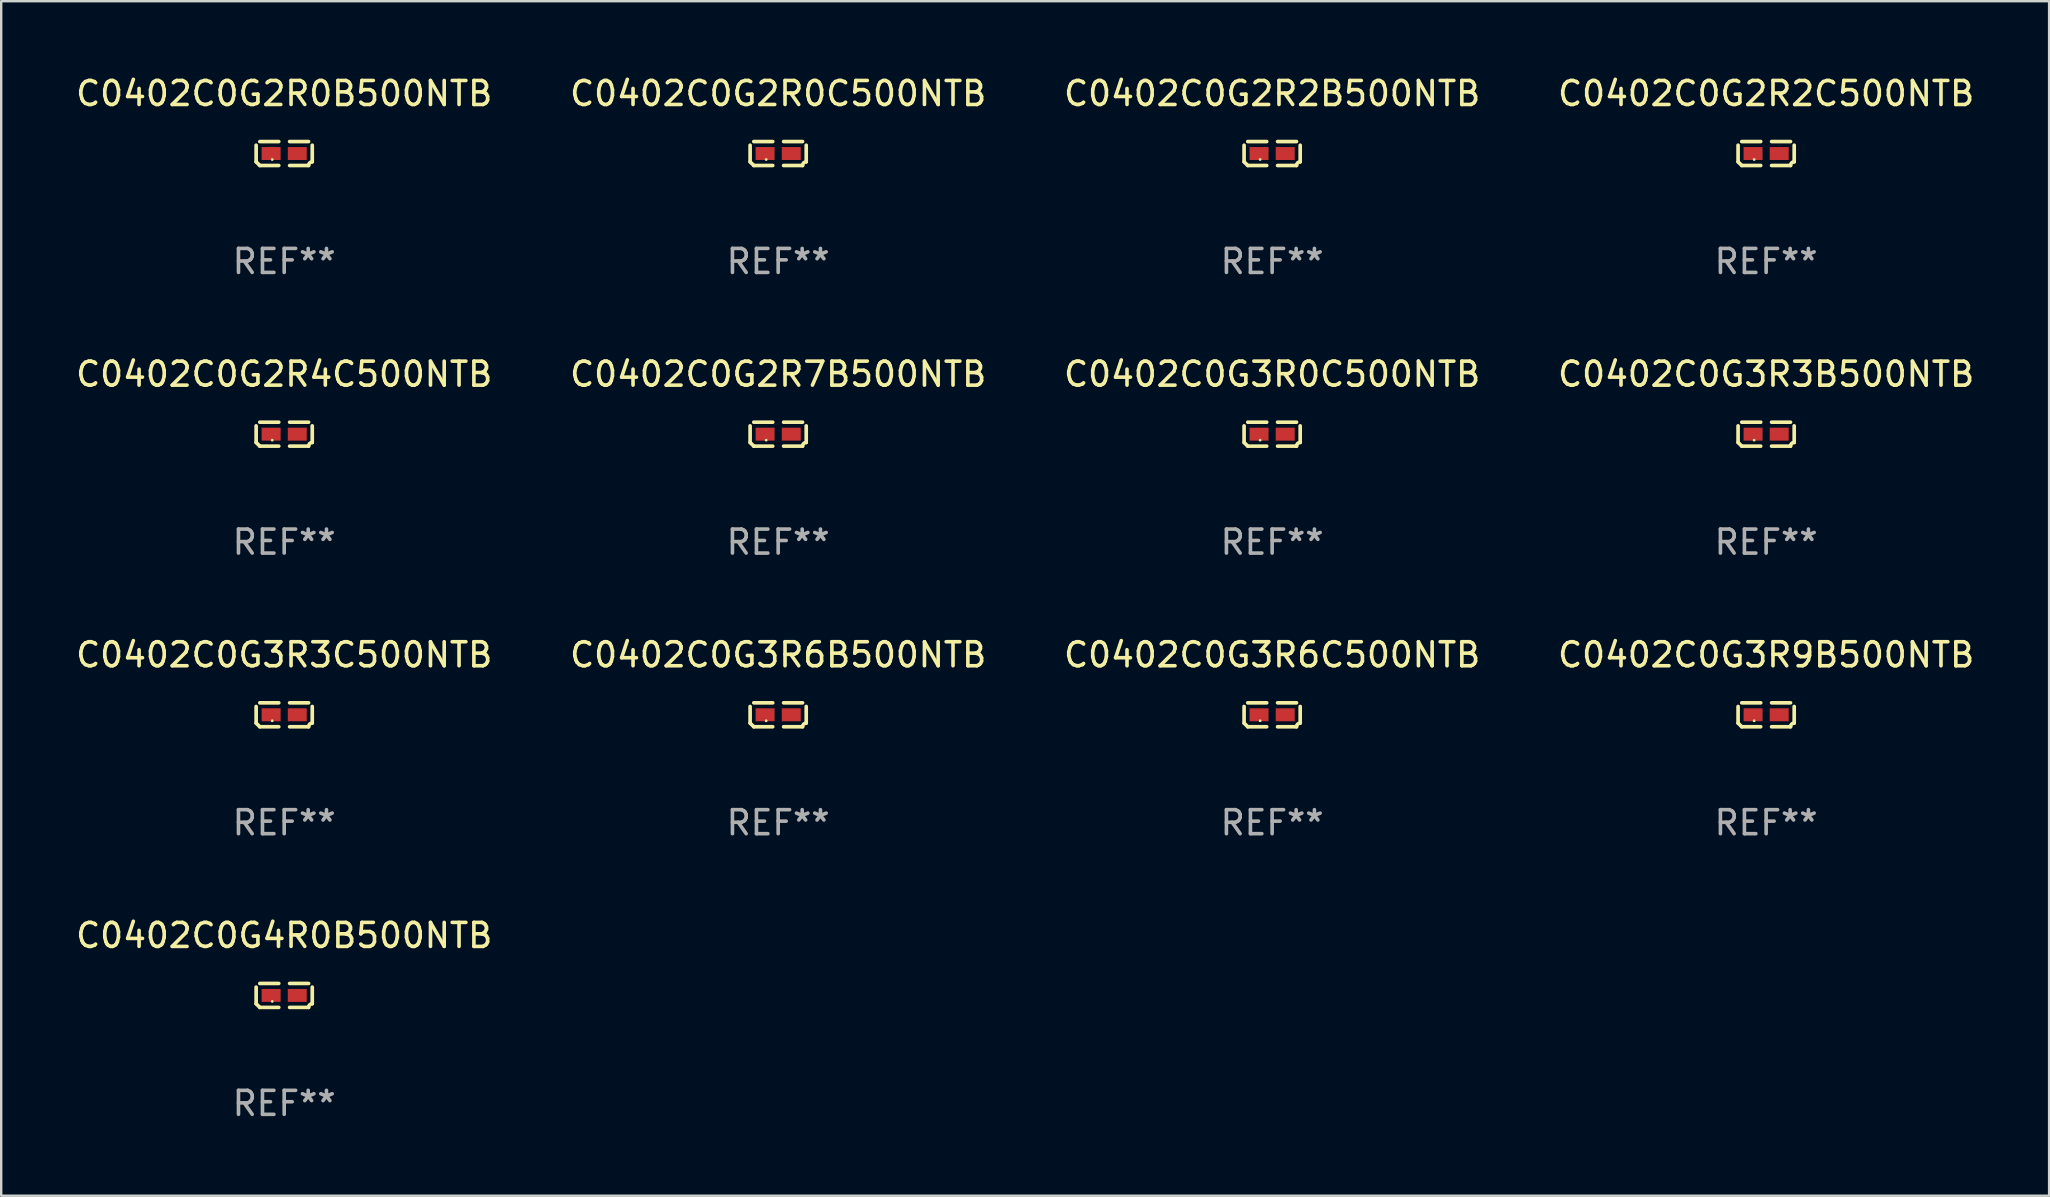
<source format=kicad_pcb>
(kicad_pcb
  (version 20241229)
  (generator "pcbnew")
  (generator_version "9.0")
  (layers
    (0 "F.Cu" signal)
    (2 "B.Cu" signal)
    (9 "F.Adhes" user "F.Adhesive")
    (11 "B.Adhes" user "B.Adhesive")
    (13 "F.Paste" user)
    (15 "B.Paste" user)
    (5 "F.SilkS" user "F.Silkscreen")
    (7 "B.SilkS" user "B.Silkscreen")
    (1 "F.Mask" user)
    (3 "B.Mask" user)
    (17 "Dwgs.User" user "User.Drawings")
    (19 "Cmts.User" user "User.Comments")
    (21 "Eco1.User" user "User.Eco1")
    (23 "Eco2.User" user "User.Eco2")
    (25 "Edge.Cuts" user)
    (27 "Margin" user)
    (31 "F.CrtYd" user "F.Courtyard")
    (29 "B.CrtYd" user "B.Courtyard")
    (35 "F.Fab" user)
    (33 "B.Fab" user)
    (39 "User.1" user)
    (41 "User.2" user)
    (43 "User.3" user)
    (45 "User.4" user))
  (footprint "C0402C0G3R3C500NTB"
    (layer "F.Cu")
    (at 8.792 26.734)
    (property "Reference" "C0402C0G3R3C500NTB" (at 0 -2.499 0) (layer "F.SilkS") (effects (font (size 1 1) (thickness 0.15))))
    (attr through_hole)
    (fp_line (start -1.169 0.346) (end -1.169 -0.346) (stroke (width 0.152) (type solid)) (layer "F.SilkS"))
    (fp_line (start -1.016 -0.499) (end -0.226 -0.499) (stroke (width 0.152) (type solid)) (layer "F.SilkS"))
    (fp_line (start -0.226 0.499) (end -1.016 0.499) (stroke (width 0.152) (type solid)) (layer "F.SilkS"))
    (fp_line (start 0.226 0.499) (end 1.016 0.499) (stroke (width 0.152) (type solid)) (layer "F.SilkS"))
    (fp_line (start 1.016 -0.499) (end 0.226 -0.499) (stroke (width 0.152) (type solid)) (layer "F.SilkS"))
    (fp_line (start 1.169 0.346) (end 1.169 -0.346) (stroke (width 0.152) (type solid)) (layer "F.SilkS"))
    (fp_arc (start -1.016307 0.498603) (mid -1.092512 0.422405) (end -1.16871 0.3462) (stroke (width 0.1524) (type solid)) (layer "F.SilkS"))
    (fp_arc (start 1.016307 0.498603) (mid 1.060899 0.390758) (end 1.168707 0.346076) (stroke (width 0.1524) (type solid)) (layer "F.SilkS"))
    (fp_circle (center -0.5 0.25) (end -0.47 0.25) (stroke (width 0.06) (type solid)) (fill no) (layer "F.SilkS"))
    (fp_text user "REF**" (at 0 4.499 0) (layer "F.Fab") (effects (font (size 1 1) (thickness 0.15))))
    (pad "1" smd rect (at -0.545 0) (size 0.79 0.54) (layers "F.Cu" "F.Mask" "F.Paste"))
    (pad "2" smd rect (at 0.545 0) (size 0.79 0.54) (layers "F.Cu" "F.Mask" "F.Paste")))
  (footprint "C0402C0G3R0C500NTB"
    (layer "F.Cu")
    (at 49.958 15.041)
    (property "Reference" "C0402C0G3R0C500NTB" (at 0 -2.499 0) (layer "F.SilkS") (effects (font (size 1 1) (thickness 0.15))))
    (attr through_hole)
    (fp_line (start -1.169 0.346) (end -1.169 -0.346) (stroke (width 0.152) (type solid)) (layer "F.SilkS"))
    (fp_line (start -1.016 -0.499) (end -0.226 -0.499) (stroke (width 0.152) (type solid)) (layer "F.SilkS"))
    (fp_line (start -0.226 0.499) (end -1.016 0.499) (stroke (width 0.152) (type solid)) (layer "F.SilkS"))
    (fp_line (start 0.226 0.499) (end 1.016 0.499) (stroke (width 0.152) (type solid)) (layer "F.SilkS"))
    (fp_line (start 1.016 -0.499) (end 0.226 -0.499) (stroke (width 0.152) (type solid)) (layer "F.SilkS"))
    (fp_line (start 1.169 0.346) (end 1.169 -0.346) (stroke (width 0.152) (type solid)) (layer "F.SilkS"))
    (fp_arc (start -1.016307 0.498603) (mid -1.092512 0.422405) (end -1.16871 0.3462) (stroke (width 0.1524) (type solid)) (layer "F.SilkS"))
    (fp_arc (start 1.016307 0.498603) (mid 1.060899 0.390758) (end 1.168707 0.346076) (stroke (width 0.1524) (type solid)) (layer "F.SilkS"))
    (fp_circle (center -0.5 0.25) (end -0.47 0.25) (stroke (width 0.06) (type solid)) (fill no) (layer "F.SilkS"))
    (fp_text user "REF**" (at 0 4.499 0) (layer "F.Fab") (effects (font (size 1 1) (thickness 0.15))))
    (pad "1" smd rect (at -0.545 0) (size 0.79 0.54) (layers "F.Cu" "F.Mask" "F.Paste"))
    (pad "2" smd rect (at 0.545 0) (size 0.79 0.54) (layers "F.Cu" "F.Mask" "F.Paste")))
  (footprint "C0402C0G2R4C500NTB"
    (layer "F.Cu")
    (at 8.792 15.041)
    (property "Reference" "C0402C0G2R4C500NTB" (at 0 -2.499 0) (layer "F.SilkS") (effects (font (size 1 1) (thickness 0.15))))
    (attr through_hole)
    (fp_line (start -1.169 0.346) (end -1.169 -0.346) (stroke (width 0.152) (type solid)) (layer "F.SilkS"))
    (fp_line (start -1.016 -0.499) (end -0.226 -0.499) (stroke (width 0.152) (type solid)) (layer "F.SilkS"))
    (fp_line (start -0.226 0.499) (end -1.016 0.499) (stroke (width 0.152) (type solid)) (layer "F.SilkS"))
    (fp_line (start 0.226 0.499) (end 1.016 0.499) (stroke (width 0.152) (type solid)) (layer "F.SilkS"))
    (fp_line (start 1.016 -0.499) (end 0.226 -0.499) (stroke (width 0.152) (type solid)) (layer "F.SilkS"))
    (fp_line (start 1.169 0.346) (end 1.169 -0.346) (stroke (width 0.152) (type solid)) (layer "F.SilkS"))
    (fp_arc (start -1.016307 0.498603) (mid -1.092512 0.422405) (end -1.16871 0.3462) (stroke (width 0.1524) (type solid)) (layer "F.SilkS"))
    (fp_arc (start 1.016307 0.498603) (mid 1.060899 0.390758) (end 1.168707 0.346076) (stroke (width 0.1524) (type solid)) (layer "F.SilkS"))
    (fp_circle (center -0.5 0.25) (end -0.47 0.25) (stroke (width 0.06) (type solid)) (fill no) (layer "F.SilkS"))
    (fp_text user "REF**" (at 0 4.499 0) (layer "F.Fab") (effects (font (size 1 1) (thickness 0.15))))
    (pad "1" smd rect (at -0.545 0) (size 0.79 0.54) (layers "F.Cu" "F.Mask" "F.Paste"))
    (pad "2" smd rect (at 0.545 0) (size 0.79 0.54) (layers "F.Cu" "F.Mask" "F.Paste")))
  (footprint "C0402C0G3R3B500NTB"
    (layer "F.Cu")
    (at 70.542 15.041)
    (property "Reference" "C0402C0G3R3B500NTB" (at 0 -2.499 0) (layer "F.SilkS") (effects (font (size 1 1) (thickness 0.15))))
    (attr through_hole)
    (fp_line (start -1.169 0.346) (end -1.169 -0.346) (stroke (width 0.152) (type solid)) (layer "F.SilkS"))
    (fp_line (start -1.016 -0.499) (end -0.226 -0.499) (stroke (width 0.152) (type solid)) (layer "F.SilkS"))
    (fp_line (start -0.226 0.499) (end -1.016 0.499) (stroke (width 0.152) (type solid)) (layer "F.SilkS"))
    (fp_line (start 0.226 0.499) (end 1.016 0.499) (stroke (width 0.152) (type solid)) (layer "F.SilkS"))
    (fp_line (start 1.016 -0.499) (end 0.226 -0.499) (stroke (width 0.152) (type solid)) (layer "F.SilkS"))
    (fp_line (start 1.169 0.346) (end 1.169 -0.346) (stroke (width 0.152) (type solid)) (layer "F.SilkS"))
    (fp_arc (start -1.016307 0.498603) (mid -1.092512 0.422405) (end -1.16871 0.3462) (stroke (width 0.1524) (type solid)) (layer "F.SilkS"))
    (fp_arc (start 1.016307 0.498603) (mid 1.060899 0.390758) (end 1.168707 0.346076) (stroke (width 0.1524) (type solid)) (layer "F.SilkS"))
    (fp_circle (center -0.5 0.25) (end -0.47 0.25) (stroke (width 0.06) (type solid)) (fill no) (layer "F.SilkS"))
    (fp_text user "REF**" (at 0 4.499 0) (layer "F.Fab") (effects (font (size 1 1) (thickness 0.15))))
    (pad "1" smd rect (at -0.545 0) (size 0.79 0.54) (layers "F.Cu" "F.Mask" "F.Paste"))
    (pad "2" smd rect (at 0.545 0) (size 0.79 0.54) (layers "F.Cu" "F.Mask" "F.Paste")))
  (footprint "C0402C0G2R7B500NTB"
    (layer "F.Cu")
    (at 29.375 15.041)
    (property "Reference" "C0402C0G2R7B500NTB" (at 0 -2.499 0) (layer "F.SilkS") (effects (font (size 1 1) (thickness 0.15))))
    (attr through_hole)
    (fp_line (start -1.169 0.346) (end -1.169 -0.346) (stroke (width 0.152) (type solid)) (layer "F.SilkS"))
    (fp_line (start -1.016 -0.499) (end -0.226 -0.499) (stroke (width 0.152) (type solid)) (layer "F.SilkS"))
    (fp_line (start -0.226 0.499) (end -1.016 0.499) (stroke (width 0.152) (type solid)) (layer "F.SilkS"))
    (fp_line (start 0.226 0.499) (end 1.016 0.499) (stroke (width 0.152) (type solid)) (layer "F.SilkS"))
    (fp_line (start 1.016 -0.499) (end 0.226 -0.499) (stroke (width 0.152) (type solid)) (layer "F.SilkS"))
    (fp_line (start 1.169 0.346) (end 1.169 -0.346) (stroke (width 0.152) (type solid)) (layer "F.SilkS"))
    (fp_arc (start -1.016307 0.498603) (mid -1.092512 0.422405) (end -1.16871 0.3462) (stroke (width 0.1524) (type solid)) (layer "F.SilkS"))
    (fp_arc (start 1.016307 0.498603) (mid 1.060899 0.390758) (end 1.168707 0.346076) (stroke (width 0.1524) (type solid)) (layer "F.SilkS"))
    (fp_circle (center -0.5 0.25) (end -0.47 0.25) (stroke (width 0.06) (type solid)) (fill no) (layer "F.SilkS"))
    (fp_text user "REF**" (at 0 4.499 0) (layer "F.Fab") (effects (font (size 1 1) (thickness 0.15))))
    (pad "1" smd rect (at -0.545 0) (size 0.79 0.54) (layers "F.Cu" "F.Mask" "F.Paste"))
    (pad "2" smd rect (at 0.545 0) (size 0.79 0.54) (layers "F.Cu" "F.Mask" "F.Paste")))
  (footprint "C0402C0G3R9B500NTB"
    (layer "F.Cu")
    (at 70.542 26.734)
    (property "Reference" "C0402C0G3R9B500NTB" (at 0 -2.499 0) (layer "F.SilkS") (effects (font (size 1 1) (thickness 0.15))))
    (attr through_hole)
    (fp_line (start -1.169 0.346) (end -1.169 -0.346) (stroke (width 0.152) (type solid)) (layer "F.SilkS"))
    (fp_line (start -1.016 -0.499) (end -0.226 -0.499) (stroke (width 0.152) (type solid)) (layer "F.SilkS"))
    (fp_line (start -0.226 0.499) (end -1.016 0.499) (stroke (width 0.152) (type solid)) (layer "F.SilkS"))
    (fp_line (start 0.226 0.499) (end 1.016 0.499) (stroke (width 0.152) (type solid)) (layer "F.SilkS"))
    (fp_line (start 1.016 -0.499) (end 0.226 -0.499) (stroke (width 0.152) (type solid)) (layer "F.SilkS"))
    (fp_line (start 1.169 0.346) (end 1.169 -0.346) (stroke (width 0.152) (type solid)) (layer "F.SilkS"))
    (fp_arc (start -1.016307 0.498603) (mid -1.092512 0.422405) (end -1.16871 0.3462) (stroke (width 0.1524) (type solid)) (layer "F.SilkS"))
    (fp_arc (start 1.016307 0.498603) (mid 1.060899 0.390758) (end 1.168707 0.346076) (stroke (width 0.1524) (type solid)) (layer "F.SilkS"))
    (fp_circle (center -0.5 0.25) (end -0.47 0.25) (stroke (width 0.06) (type solid)) (fill no) (layer "F.SilkS"))
    (fp_text user "REF**" (at 0 4.499 0) (layer "F.Fab") (effects (font (size 1 1) (thickness 0.15))))
    (pad "1" smd rect (at -0.545 0) (size 0.79 0.54) (layers "F.Cu" "F.Mask" "F.Paste"))
    (pad "2" smd rect (at 0.545 0) (size 0.79 0.54) (layers "F.Cu" "F.Mask" "F.Paste")))
  (footprint "C0402C0G2R0B500NTB"
    (layer "F.Cu")
    (at 8.792 3.347)
    (property "Reference" "C0402C0G2R0B500NTB" (at 0 -2.499 0) (layer "F.SilkS") (effects (font (size 1 1) (thickness 0.15))))
    (attr through_hole)
    (fp_line (start -1.169 0.346) (end -1.169 -0.346) (stroke (width 0.152) (type solid)) (layer "F.SilkS"))
    (fp_line (start -1.016 -0.499) (end -0.226 -0.499) (stroke (width 0.152) (type solid)) (layer "F.SilkS"))
    (fp_line (start -0.226 0.499) (end -1.016 0.499) (stroke (width 0.152) (type solid)) (layer "F.SilkS"))
    (fp_line (start 0.226 0.499) (end 1.016 0.499) (stroke (width 0.152) (type solid)) (layer "F.SilkS"))
    (fp_line (start 1.016 -0.499) (end 0.226 -0.499) (stroke (width 0.152) (type solid)) (layer "F.SilkS"))
    (fp_line (start 1.169 0.346) (end 1.169 -0.346) (stroke (width 0.152) (type solid)) (layer "F.SilkS"))
    (fp_arc (start -1.016307 0.498603) (mid -1.092512 0.422405) (end -1.16871 0.3462) (stroke (width 0.1524) (type solid)) (layer "F.SilkS"))
    (fp_arc (start 1.016307 0.498603) (mid 1.060899 0.390758) (end 1.168707 0.346076) (stroke (width 0.1524) (type solid)) (layer "F.SilkS"))
    (fp_circle (center -0.5 0.25) (end -0.47 0.25) (stroke (width 0.06) (type solid)) (fill no) (layer "F.SilkS"))
    (fp_text user "REF**" (at 0 4.499 0) (layer "F.Fab") (effects (font (size 1 1) (thickness 0.15))))
    (pad "1" smd rect (at -0.545 0) (size 0.79 0.54) (layers "F.Cu" "F.Mask" "F.Paste"))
    (pad "2" smd rect (at 0.545 0) (size 0.79 0.54) (layers "F.Cu" "F.Mask" "F.Paste")))
  (footprint "C0402C0G2R0C500NTB"
    (layer "F.Cu")
    (at 29.375 3.347)
    (property "Reference" "C0402C0G2R0C500NTB" (at 0 -2.499 0) (layer "F.SilkS") (effects (font (size 1 1) (thickness 0.15))))
    (attr through_hole)
    (fp_line (start -1.169 0.346) (end -1.169 -0.346) (stroke (width 0.152) (type solid)) (layer "F.SilkS"))
    (fp_line (start -1.016 -0.499) (end -0.226 -0.499) (stroke (width 0.152) (type solid)) (layer "F.SilkS"))
    (fp_line (start -0.226 0.499) (end -1.016 0.499) (stroke (width 0.152) (type solid)) (layer "F.SilkS"))
    (fp_line (start 0.226 0.499) (end 1.016 0.499) (stroke (width 0.152) (type solid)) (layer "F.SilkS"))
    (fp_line (start 1.016 -0.499) (end 0.226 -0.499) (stroke (width 0.152) (type solid)) (layer "F.SilkS"))
    (fp_line (start 1.169 0.346) (end 1.169 -0.346) (stroke (width 0.152) (type solid)) (layer "F.SilkS"))
    (fp_arc (start -1.016307 0.498603) (mid -1.092512 0.422405) (end -1.16871 0.3462) (stroke (width 0.1524) (type solid)) (layer "F.SilkS"))
    (fp_arc (start 1.016307 0.498603) (mid 1.060899 0.390758) (end 1.168707 0.346076) (stroke (width 0.1524) (type solid)) (layer "F.SilkS"))
    (fp_circle (center -0.5 0.25) (end -0.47 0.25) (stroke (width 0.06) (type solid)) (fill no) (layer "F.SilkS"))
    (fp_text user "REF**" (at 0 4.499 0) (layer "F.Fab") (effects (font (size 1 1) (thickness 0.15))))
    (pad "1" smd rect (at -0.545 0) (size 0.79 0.54) (layers "F.Cu" "F.Mask" "F.Paste"))
    (pad "2" smd rect (at 0.545 0) (size 0.79 0.54) (layers "F.Cu" "F.Mask" "F.Paste")))
  (footprint "C0402C0G2R2B500NTB"
    (layer "F.Cu")
    (at 49.958 3.347)
    (property "Reference" "C0402C0G2R2B500NTB" (at 0 -2.499 0) (layer "F.SilkS") (effects (font (size 1 1) (thickness 0.15))))
    (attr through_hole)
    (fp_line (start -1.169 0.346) (end -1.169 -0.346) (stroke (width 0.152) (type solid)) (layer "F.SilkS"))
    (fp_line (start -1.016 -0.499) (end -0.226 -0.499) (stroke (width 0.152) (type solid)) (layer "F.SilkS"))
    (fp_line (start -0.226 0.499) (end -1.016 0.499) (stroke (width 0.152) (type solid)) (layer "F.SilkS"))
    (fp_line (start 0.226 0.499) (end 1.016 0.499) (stroke (width 0.152) (type solid)) (layer "F.SilkS"))
    (fp_line (start 1.016 -0.499) (end 0.226 -0.499) (stroke (width 0.152) (type solid)) (layer "F.SilkS"))
    (fp_line (start 1.169 0.346) (end 1.169 -0.346) (stroke (width 0.152) (type solid)) (layer "F.SilkS"))
    (fp_arc (start -1.016307 0.498603) (mid -1.092512 0.422405) (end -1.16871 0.3462) (stroke (width 0.1524) (type solid)) (layer "F.SilkS"))
    (fp_arc (start 1.016307 0.498603) (mid 1.060899 0.390758) (end 1.168707 0.346076) (stroke (width 0.1524) (type solid)) (layer "F.SilkS"))
    (fp_circle (center -0.5 0.25) (end -0.47 0.25) (stroke (width 0.06) (type solid)) (fill no) (layer "F.SilkS"))
    (fp_text user "REF**" (at 0 4.499 0) (layer "F.Fab") (effects (font (size 1 1) (thickness 0.15))))
    (pad "1" smd rect (at -0.545 0) (size 0.79 0.54) (layers "F.Cu" "F.Mask" "F.Paste"))
    (pad "2" smd rect (at 0.545 0) (size 0.79 0.54) (layers "F.Cu" "F.Mask" "F.Paste")))
  (footprint "C0402C0G3R6C500NTB"
    (layer "F.Cu")
    (at 49.958 26.734)
    (property "Reference" "C0402C0G3R6C500NTB" (at 0 -2.499 0) (layer "F.SilkS") (effects (font (size 1 1) (thickness 0.15))))
    (attr through_hole)
    (fp_line (start -1.169 0.346) (end -1.169 -0.346) (stroke (width 0.152) (type solid)) (layer "F.SilkS"))
    (fp_line (start -1.016 -0.499) (end -0.226 -0.499) (stroke (width 0.152) (type solid)) (layer "F.SilkS"))
    (fp_line (start -0.226 0.499) (end -1.016 0.499) (stroke (width 0.152) (type solid)) (layer "F.SilkS"))
    (fp_line (start 0.226 0.499) (end 1.016 0.499) (stroke (width 0.152) (type solid)) (layer "F.SilkS"))
    (fp_line (start 1.016 -0.499) (end 0.226 -0.499) (stroke (width 0.152) (type solid)) (layer "F.SilkS"))
    (fp_line (start 1.169 0.346) (end 1.169 -0.346) (stroke (width 0.152) (type solid)) (layer "F.SilkS"))
    (fp_arc (start -1.016307 0.498603) (mid -1.092512 0.422405) (end -1.16871 0.3462) (stroke (width 0.1524) (type solid)) (layer "F.SilkS"))
    (fp_arc (start 1.016307 0.498603) (mid 1.060899 0.390758) (end 1.168707 0.346076) (stroke (width 0.1524) (type solid)) (layer "F.SilkS"))
    (fp_circle (center -0.5 0.25) (end -0.47 0.25) (stroke (width 0.06) (type solid)) (fill no) (layer "F.SilkS"))
    (fp_text user "REF**" (at 0 4.499 0) (layer "F.Fab") (effects (font (size 1 1) (thickness 0.15))))
    (pad "1" smd rect (at -0.545 0) (size 0.79 0.54) (layers "F.Cu" "F.Mask" "F.Paste"))
    (pad "2" smd rect (at 0.545 0) (size 0.79 0.54) (layers "F.Cu" "F.Mask" "F.Paste")))
  (footprint "C0402C0G2R2C500NTB"
    (layer "F.Cu")
    (at 70.542 3.347)
    (property "Reference" "C0402C0G2R2C500NTB" (at 0 -2.499 0) (layer "F.SilkS") (effects (font (size 1 1) (thickness 0.15))))
    (attr through_hole)
    (fp_line (start -1.169 0.346) (end -1.169 -0.346) (stroke (width 0.152) (type solid)) (layer "F.SilkS"))
    (fp_line (start -1.016 -0.499) (end -0.226 -0.499) (stroke (width 0.152) (type solid)) (layer "F.SilkS"))
    (fp_line (start -0.226 0.499) (end -1.016 0.499) (stroke (width 0.152) (type solid)) (layer "F.SilkS"))
    (fp_line (start 0.226 0.499) (end 1.016 0.499) (stroke (width 0.152) (type solid)) (layer "F.SilkS"))
    (fp_line (start 1.016 -0.499) (end 0.226 -0.499) (stroke (width 0.152) (type solid)) (layer "F.SilkS"))
    (fp_line (start 1.169 0.346) (end 1.169 -0.346) (stroke (width 0.152) (type solid)) (layer "F.SilkS"))
    (fp_arc (start -1.016307 0.498603) (mid -1.092512 0.422405) (end -1.16871 0.3462) (stroke (width 0.1524) (type solid)) (layer "F.SilkS"))
    (fp_arc (start 1.016307 0.498603) (mid 1.060899 0.390758) (end 1.168707 0.346076) (stroke (width 0.1524) (type solid)) (layer "F.SilkS"))
    (fp_circle (center -0.5 0.25) (end -0.47 0.25) (stroke (width 0.06) (type solid)) (fill no) (layer "F.SilkS"))
    (fp_text user "REF**" (at 0 4.499 0) (layer "F.Fab") (effects (font (size 1 1) (thickness 0.15))))
    (pad "1" smd rect (at -0.545 0) (size 0.79 0.54) (layers "F.Cu" "F.Mask" "F.Paste"))
    (pad "2" smd rect (at 0.545 0) (size 0.79 0.54) (layers "F.Cu" "F.Mask" "F.Paste")))
  (footprint "C0402C0G4R0B500NTB"
    (layer "F.Cu")
    (at 8.792 38.428)
    (property "Reference" "C0402C0G4R0B500NTB" (at 0 -2.499 0) (layer "F.SilkS") (effects (font (size 1 1) (thickness 0.15))))
    (attr through_hole)
    (fp_line (start -1.169 0.346) (end -1.169 -0.346) (stroke (width 0.152) (type solid)) (layer "F.SilkS"))
    (fp_line (start -1.016 -0.499) (end -0.226 -0.499) (stroke (width 0.152) (type solid)) (layer "F.SilkS"))
    (fp_line (start -0.226 0.499) (end -1.016 0.499) (stroke (width 0.152) (type solid)) (layer "F.SilkS"))
    (fp_line (start 0.226 0.499) (end 1.016 0.499) (stroke (width 0.152) (type solid)) (layer "F.SilkS"))
    (fp_line (start 1.016 -0.499) (end 0.226 -0.499) (stroke (width 0.152) (type solid)) (layer "F.SilkS"))
    (fp_line (start 1.169 0.346) (end 1.169 -0.346) (stroke (width 0.152) (type solid)) (layer "F.SilkS"))
    (fp_arc (start -1.016307 0.498603) (mid -1.092512 0.422405) (end -1.16871 0.3462) (stroke (width 0.1524) (type solid)) (layer "F.SilkS"))
    (fp_arc (start 1.016307 0.498603) (mid 1.060899 0.390758) (end 1.168707 0.346076) (stroke (width 0.1524) (type solid)) (layer "F.SilkS"))
    (fp_circle (center -0.5 0.25) (end -0.47 0.25) (stroke (width 0.06) (type solid)) (fill no) (layer "F.SilkS"))
    (fp_text user "REF**" (at 0 4.499 0) (layer "F.Fab") (effects (font (size 1 1) (thickness 0.15))))
    (pad "1" smd rect (at -0.545 0) (size 0.79 0.54) (layers "F.Cu" "F.Mask" "F.Paste"))
    (pad "2" smd rect (at 0.545 0) (size 0.79 0.54) (layers "F.Cu" "F.Mask" "F.Paste")))
  (footprint "C0402C0G3R6B500NTB"
    (layer "F.Cu")
    (at 29.375 26.734)
    (property "Reference" "C0402C0G3R6B500NTB" (at 0 -2.499 0) (layer "F.SilkS") (effects (font (size 1 1) (thickness 0.15))))
    (attr through_hole)
    (fp_line (start -1.169 0.346) (end -1.169 -0.346) (stroke (width 0.152) (type solid)) (layer "F.SilkS"))
    (fp_line (start -1.016 -0.499) (end -0.226 -0.499) (stroke (width 0.152) (type solid)) (layer "F.SilkS"))
    (fp_line (start -0.226 0.499) (end -1.016 0.499) (stroke (width 0.152) (type solid)) (layer "F.SilkS"))
    (fp_line (start 0.226 0.499) (end 1.016 0.499) (stroke (width 0.152) (type solid)) (layer "F.SilkS"))
    (fp_line (start 1.016 -0.499) (end 0.226 -0.499) (stroke (width 0.152) (type solid)) (layer "F.SilkS"))
    (fp_line (start 1.169 0.346) (end 1.169 -0.346) (stroke (width 0.152) (type solid)) (layer "F.SilkS"))
    (fp_arc (start -1.016307 0.498603) (mid -1.092512 0.422405) (end -1.16871 0.3462) (stroke (width 0.1524) (type solid)) (layer "F.SilkS"))
    (fp_arc (start 1.016307 0.498603) (mid 1.060899 0.390758) (end 1.168707 0.346076) (stroke (width 0.1524) (type solid)) (layer "F.SilkS"))
    (fp_circle (center -0.5 0.25) (end -0.47 0.25) (stroke (width 0.06) (type solid)) (fill no) (layer "F.SilkS"))
    (fp_text user "REF**" (at 0 4.499 0) (layer "F.Fab") (effects (font (size 1 1) (thickness 0.15))))
    (pad "1" smd rect (at -0.545 0) (size 0.79 0.54) (layers "F.Cu" "F.Mask" "F.Paste"))
    (pad "2" smd rect (at 0.545 0) (size 0.79 0.54) (layers "F.Cu" "F.Mask" "F.Paste")))
  (gr_rect
    (start -3 -3)
    (end 82.333 46.775)
    (stroke (width 0.1) (type default))
    (fill no)
    (layer "Edge.Cuts")))
</source>
